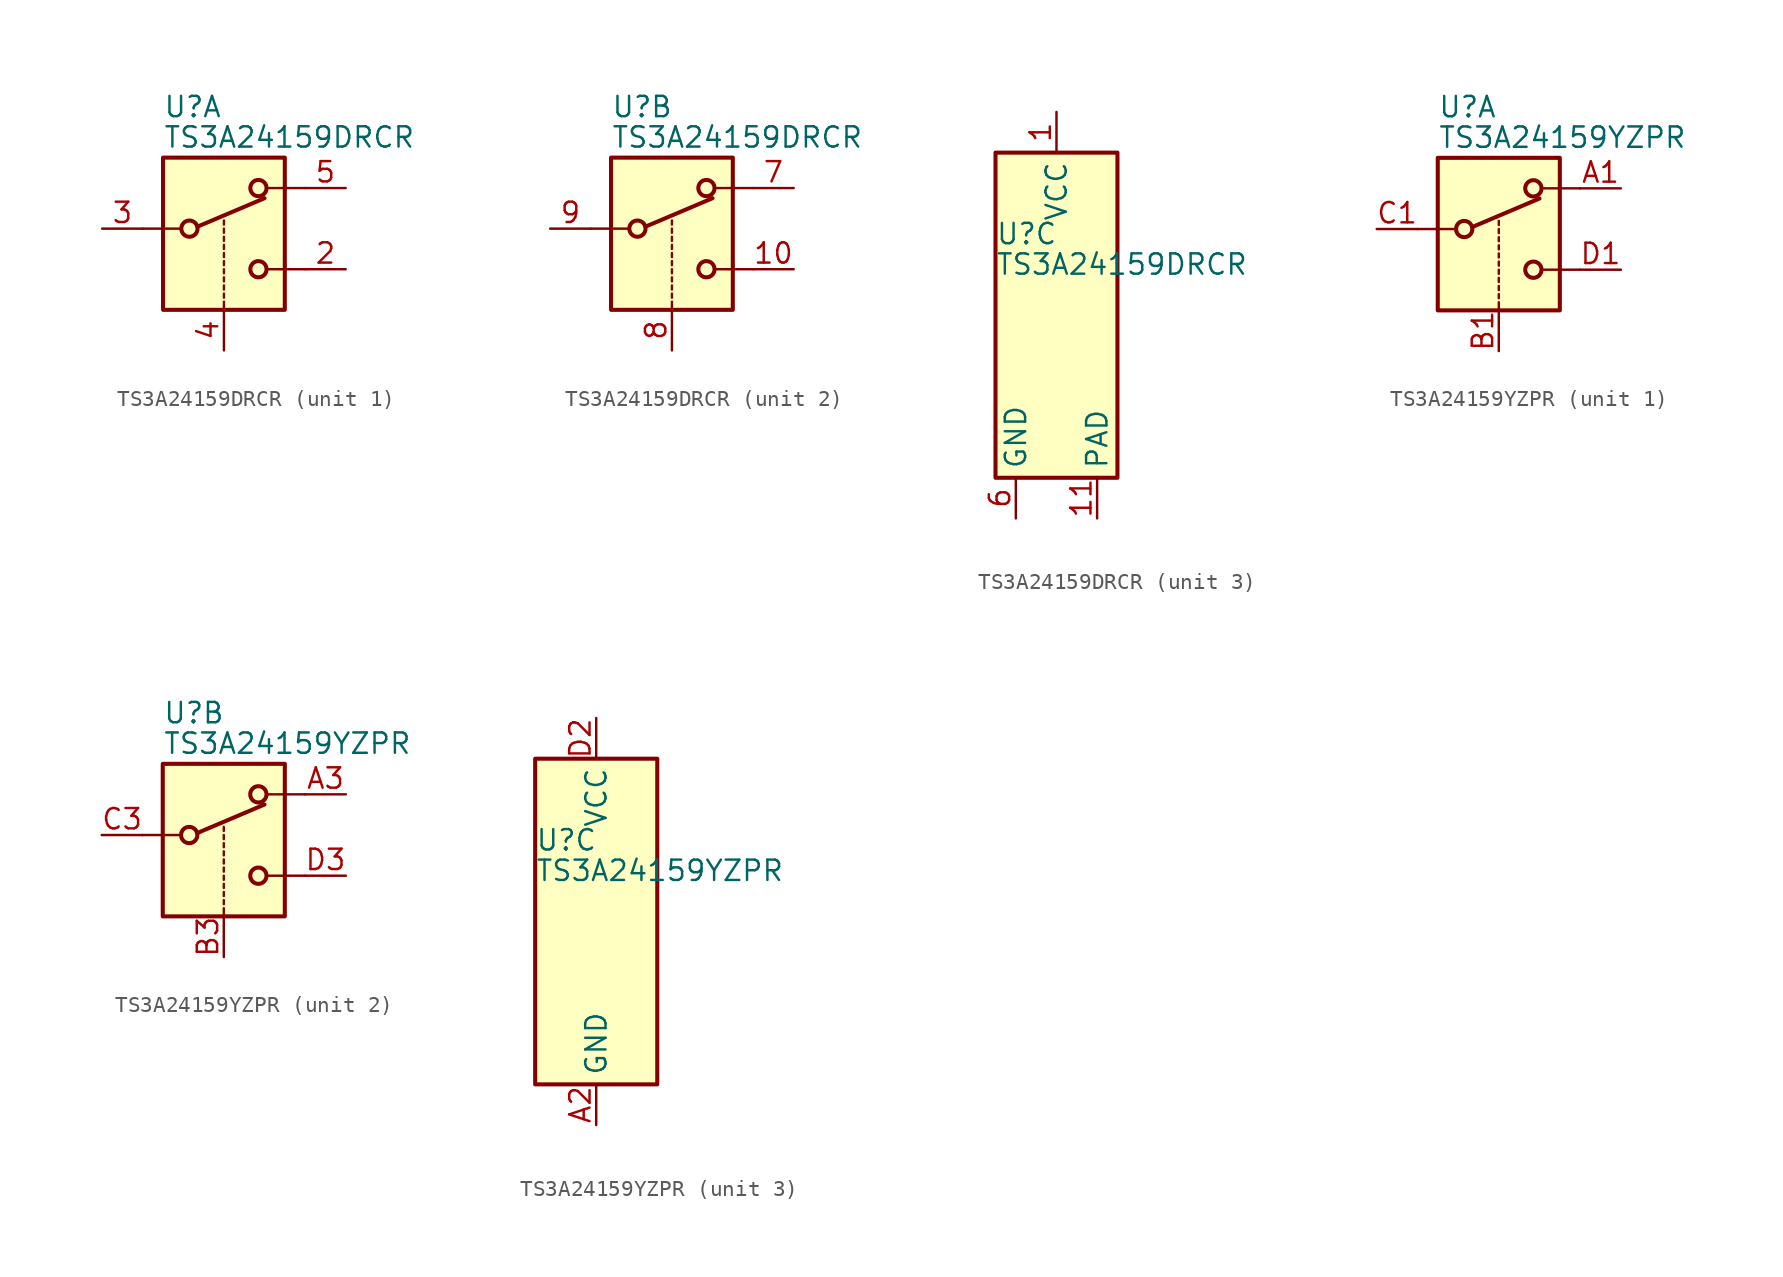
<source format=kicad_sym>
(kicad_symbol_lib
  (version 20201005)
  (generator kicad_symbol_editor)
  (symbol "TS3A24159DRCR"
    (property "Reference" "U"
      (at -3.81 5.08 0)
      (effects (font (size 1.27 1.27)) (justify left)))
    (property "Value" "TS3A24159DRCR"
      (at -3.81 3.175 0)
      (effects (font (size 1.27 1.27)) (justify left)))
    (property "ki_locked" ""
      (at 0 0 0)
      (effects (font (size 1.27 1.27))))
    (symbol "TS3A24159DRCR_1_1"
      (circle (center -2.159 -2.54) (radius 0.508) (stroke (width 0.254)) (fill (type none)))
      (circle (center 2.159 -5.08) (radius 0.508) (stroke (width 0.254)) (fill (type none)))
      (circle (center 2.159 0) (radius 0.508) (stroke (width 0.254)) (fill (type none)))
      (rectangle (start -3.81 1.905) (end 3.81 -7.62) (stroke (width 0.254)) (fill (type background)))
      (polyline (pts (xy -5.08 -2.54) (xy -2.794 -2.54)) (stroke (width 0)) (fill (type none)))
      (polyline (pts (xy -1.651 -2.413) (xy 2.54 -0.635)) (stroke (width 0.254)) (fill (type none)))
      (polyline (pts (xy 0 -7.62) (xy 0 -7.112)) (stroke (width 0)) (fill (type none)))
      (polyline (pts (xy 0 -6.858) (xy 0 -6.604)) (stroke (width 0)) (fill (type none)))
      (polyline (pts (xy 0 -6.35) (xy 0 -6.096)) (stroke (width 0)) (fill (type none)))
      (polyline (pts (xy 0 -5.842) (xy 0 -5.588)) (stroke (width 0)) (fill (type none)))
      (polyline (pts (xy 0 -5.334) (xy 0 -5.08)) (stroke (width 0)) (fill (type none)))
      (polyline (pts (xy 0 -4.826) (xy 0 -4.572)) (stroke (width 0)) (fill (type none)))
      (polyline (pts (xy 0 -4.318) (xy 0 -4.064)) (stroke (width 0)) (fill (type none)))
      (polyline (pts (xy 0 -3.81) (xy 0 -3.556)) (stroke (width 0)) (fill (type none)))
      (polyline (pts (xy 0 -3.302) (xy 0 -3.048)) (stroke (width 0)) (fill (type none)))
      (polyline (pts (xy 0 -2.794) (xy 0 -2.54)) (stroke (width 0)) (fill (type none)))
      (polyline (pts (xy 0 -2.286) (xy 0 -2.032)) (stroke (width 0)) (fill (type none)))
      (polyline (pts (xy 5.08 -5.08) (xy 2.794 -5.08)) (stroke (width 0)) (fill (type none)))
      (polyline (pts (xy 5.08 0) (xy 2.794 0)) (stroke (width 0)) (fill (type none)))
      (pin passive line (at 7.62 -5.08 180) (length 2.54) (name "~" (effects (font (size 1.27 1.27)))) (number "2" (effects (font (size 1.27 1.27)))))
      (pin passive line (at -7.62 -2.54 0) (length 2.54) (name "~" (effects (font (size 1.27 1.27)))) (number "3" (effects (font (size 1.27 1.27)))))
      (pin input line (at 0 -10.16 90) (length 2.54) (name "~" (effects (font (size 1.27 1.27)))) (number "4" (effects (font (size 1.27 1.27)))))
      (pin passive line (at 7.62 0 180) (length 2.54) (name "~" (effects (font (size 1.27 1.27)))) (number "5" (effects (font (size 1.27 1.27))))))
    (symbol "TS3A24159DRCR_2_1"
      (circle (center -2.159 -2.54) (radius 0.508) (stroke (width 0.254)) (fill (type none)))
      (circle (center 2.159 -5.08) (radius 0.508) (stroke (width 0.254)) (fill (type none)))
      (circle (center 2.159 0) (radius 0.508) (stroke (width 0.254)) (fill (type none)))
      (rectangle (start -3.81 1.905) (end 3.81 -7.62) (stroke (width 0.254)) (fill (type background)))
      (polyline (pts (xy -5.08 -2.54) (xy -2.794 -2.54)) (stroke (width 0)) (fill (type none)))
      (polyline (pts (xy -1.651 -2.413) (xy 2.54 -0.635)) (stroke (width 0.254)) (fill (type none)))
      (polyline (pts (xy 0 -7.62) (xy 0 -7.112)) (stroke (width 0)) (fill (type none)))
      (polyline (pts (xy 0 -6.858) (xy 0 -6.604)) (stroke (width 0)) (fill (type none)))
      (polyline (pts (xy 0 -6.35) (xy 0 -6.096)) (stroke (width 0)) (fill (type none)))
      (polyline (pts (xy 0 -5.842) (xy 0 -5.588)) (stroke (width 0)) (fill (type none)))
      (polyline (pts (xy 0 -5.334) (xy 0 -5.08)) (stroke (width 0)) (fill (type none)))
      (polyline (pts (xy 0 -4.826) (xy 0 -4.572)) (stroke (width 0)) (fill (type none)))
      (polyline (pts (xy 0 -4.318) (xy 0 -4.064)) (stroke (width 0)) (fill (type none)))
      (polyline (pts (xy 0 -3.81) (xy 0 -3.556)) (stroke (width 0)) (fill (type none)))
      (polyline (pts (xy 0 -3.302) (xy 0 -3.048)) (stroke (width 0)) (fill (type none)))
      (polyline (pts (xy 0 -2.794) (xy 0 -2.54)) (stroke (width 0)) (fill (type none)))
      (polyline (pts (xy 0 -2.286) (xy 0 -2.032)) (stroke (width 0)) (fill (type none)))
      (polyline (pts (xy 5.08 -5.08) (xy 2.794 -5.08)) (stroke (width 0)) (fill (type none)))
      (polyline (pts (xy 5.08 0) (xy 2.794 0)) (stroke (width 0)) (fill (type none)))
      (pin passive line (at 7.62 -5.08 180) (length 2.54) (name "~" (effects (font (size 1.27 1.27)))) (number "10" (effects (font (size 1.27 1.27)))))
      (pin passive line (at 7.62 0 180) (length 2.54) (name "~" (effects (font (size 1.27 1.27)))) (number "7" (effects (font (size 1.27 1.27)))))
      (pin input line (at 0 -10.16 90) (length 2.54) (name "~" (effects (font (size 1.27 1.27)))) (number "8" (effects (font (size 1.27 1.27)))))
      (pin passive line (at -7.62 -2.54 0) (length 2.54) (name "~" (effects (font (size 1.27 1.27)))) (number "9" (effects (font (size 1.27 1.27))))))
    (symbol "TS3A24159DRCR_3_1"
      (rectangle (start -3.81 10.16) (end 3.81 -10.16) (stroke (width 0.254)) (fill (type background)))
      (pin power_in line (at 0 12.7 270) (length 2.54) (name "VCC" (effects (font (size 1.27 1.27)))) (number "1" (effects (font (size 1.27 1.27)))))
      (pin passive line (at 2.54 -12.7 90) (length 2.54) (name "PAD" (effects (font (size 1.27 1.27)))) (number "11" (effects (font (size 1.27 1.27)))))
      (pin power_in line (at -2.54 -12.7 90) (length 2.54) (name "GND" (effects (font (size 1.27 1.27)))) (number "6" (effects (font (size 1.27 1.27)))))))
  (symbol "TS3A24159YZPR"
    (property "Reference" "U"
      (at -3.81 5.08 0)
      (effects (font (size 1.27 1.27)) (justify left)))
    (property "Value" "TS3A24159YZPR"
      (at -3.81 3.175 0)
      (effects (font (size 1.27 1.27)) (justify left)))
    (property "ki_locked" ""
      (at 0 0 0)
      (effects (font (size 1.27 1.27))))
    (symbol "TS3A24159YZPR_1_1"
      (circle (center -2.159 -2.54) (radius 0.508) (stroke (width 0.254)) (fill (type none)))
      (circle (center 2.159 -5.08) (radius 0.508) (stroke (width 0.254)) (fill (type none)))
      (circle (center 2.159 0) (radius 0.508) (stroke (width 0.254)) (fill (type none)))
      (rectangle (start -3.81 1.905) (end 3.81 -7.62) (stroke (width 0.254)) (fill (type background)))
      (polyline (pts (xy -5.08 -2.54) (xy -2.794 -2.54)) (stroke (width 0)) (fill (type none)))
      (polyline (pts (xy -1.651 -2.413) (xy 2.54 -0.635)) (stroke (width 0.254)) (fill (type none)))
      (polyline (pts (xy 0 -7.62) (xy 0 -7.112)) (stroke (width 0)) (fill (type none)))
      (polyline (pts (xy 0 -6.858) (xy 0 -6.604)) (stroke (width 0)) (fill (type none)))
      (polyline (pts (xy 0 -6.35) (xy 0 -6.096)) (stroke (width 0)) (fill (type none)))
      (polyline (pts (xy 0 -5.842) (xy 0 -5.588)) (stroke (width 0)) (fill (type none)))
      (polyline (pts (xy 0 -5.334) (xy 0 -5.08)) (stroke (width 0)) (fill (type none)))
      (polyline (pts (xy 0 -4.826) (xy 0 -4.572)) (stroke (width 0)) (fill (type none)))
      (polyline (pts (xy 0 -4.318) (xy 0 -4.064)) (stroke (width 0)) (fill (type none)))
      (polyline (pts (xy 0 -3.81) (xy 0 -3.556)) (stroke (width 0)) (fill (type none)))
      (polyline (pts (xy 0 -3.302) (xy 0 -3.048)) (stroke (width 0)) (fill (type none)))
      (polyline (pts (xy 0 -2.794) (xy 0 -2.54)) (stroke (width 0)) (fill (type none)))
      (polyline (pts (xy 0 -2.286) (xy 0 -2.032)) (stroke (width 0)) (fill (type none)))
      (polyline (pts (xy 5.08 -5.08) (xy 2.794 -5.08)) (stroke (width 0)) (fill (type none)))
      (polyline (pts (xy 5.08 0) (xy 2.794 0)) (stroke (width 0)) (fill (type none)))
      (pin passive line (at 7.62 0 180) (length 2.54) (name "~" (effects (font (size 1.27 1.27)))) (number "A1" (effects (font (size 1.27 1.27)))))
      (pin input line (at 0 -10.16 90) (length 2.54) (name "~" (effects (font (size 1.27 1.27)))) (number "B1" (effects (font (size 1.27 1.27)))))
      (pin passive line (at -7.62 -2.54 0) (length 2.54) (name "~" (effects (font (size 1.27 1.27)))) (number "C1" (effects (font (size 1.27 1.27)))))
      (pin passive line (at 7.62 -5.08 180) (length 2.54) (name "~" (effects (font (size 1.27 1.27)))) (number "D1" (effects (font (size 1.27 1.27))))))
    (symbol "TS3A24159YZPR_2_1"
      (circle (center -2.159 -2.54) (radius 0.508) (stroke (width 0.254)) (fill (type none)))
      (circle (center 2.159 -5.08) (radius 0.508) (stroke (width 0.254)) (fill (type none)))
      (circle (center 2.159 0) (radius 0.508) (stroke (width 0.254)) (fill (type none)))
      (rectangle (start -3.81 1.905) (end 3.81 -7.62) (stroke (width 0.254)) (fill (type background)))
      (polyline (pts (xy -5.08 -2.54) (xy -2.794 -2.54)) (stroke (width 0)) (fill (type none)))
      (polyline (pts (xy -1.651 -2.413) (xy 2.54 -0.635)) (stroke (width 0.254)) (fill (type none)))
      (polyline (pts (xy 0 -7.62) (xy 0 -7.112)) (stroke (width 0)) (fill (type none)))
      (polyline (pts (xy 0 -6.858) (xy 0 -6.604)) (stroke (width 0)) (fill (type none)))
      (polyline (pts (xy 0 -6.35) (xy 0 -6.096)) (stroke (width 0)) (fill (type none)))
      (polyline (pts (xy 0 -5.842) (xy 0 -5.588)) (stroke (width 0)) (fill (type none)))
      (polyline (pts (xy 0 -5.334) (xy 0 -5.08)) (stroke (width 0)) (fill (type none)))
      (polyline (pts (xy 0 -4.826) (xy 0 -4.572)) (stroke (width 0)) (fill (type none)))
      (polyline (pts (xy 0 -4.318) (xy 0 -4.064)) (stroke (width 0)) (fill (type none)))
      (polyline (pts (xy 0 -3.81) (xy 0 -3.556)) (stroke (width 0)) (fill (type none)))
      (polyline (pts (xy 0 -3.302) (xy 0 -3.048)) (stroke (width 0)) (fill (type none)))
      (polyline (pts (xy 0 -2.794) (xy 0 -2.54)) (stroke (width 0)) (fill (type none)))
      (polyline (pts (xy 0 -2.286) (xy 0 -2.032)) (stroke (width 0)) (fill (type none)))
      (polyline (pts (xy 5.08 -5.08) (xy 2.794 -5.08)) (stroke (width 0)) (fill (type none)))
      (polyline (pts (xy 5.08 0) (xy 2.794 0)) (stroke (width 0)) (fill (type none)))
      (pin passive line (at 7.62 0 180) (length 2.54) (name "~" (effects (font (size 1.27 1.27)))) (number "A3" (effects (font (size 1.27 1.27)))))
      (pin input line (at 0 -10.16 90) (length 2.54) (name "~" (effects (font (size 1.27 1.27)))) (number "B3" (effects (font (size 1.27 1.27)))))
      (pin passive line (at -7.62 -2.54 0) (length 2.54) (name "~" (effects (font (size 1.27 1.27)))) (number "C3" (effects (font (size 1.27 1.27)))))
      (pin passive line (at 7.62 -5.08 180) (length 2.54) (name "~" (effects (font (size 1.27 1.27)))) (number "D3" (effects (font (size 1.27 1.27))))))
    (symbol "TS3A24159YZPR_3_1"
      (rectangle (start -3.81 10.16) (end 3.81 -10.16) (stroke (width 0.254)) (fill (type background)))
      (pin power_in line (at 0 -12.7 90) (length 2.54) (name "GND" (effects (font (size 1.27 1.27)))) (number "A2" (effects (font (size 1.27 1.27)))))
      (pin power_in line (at 0 12.7 270) (length 2.54) (name "VCC" (effects (font (size 1.27 1.27)))) (number "D2" (effects (font (size 1.27 1.27))))))))
</source>
